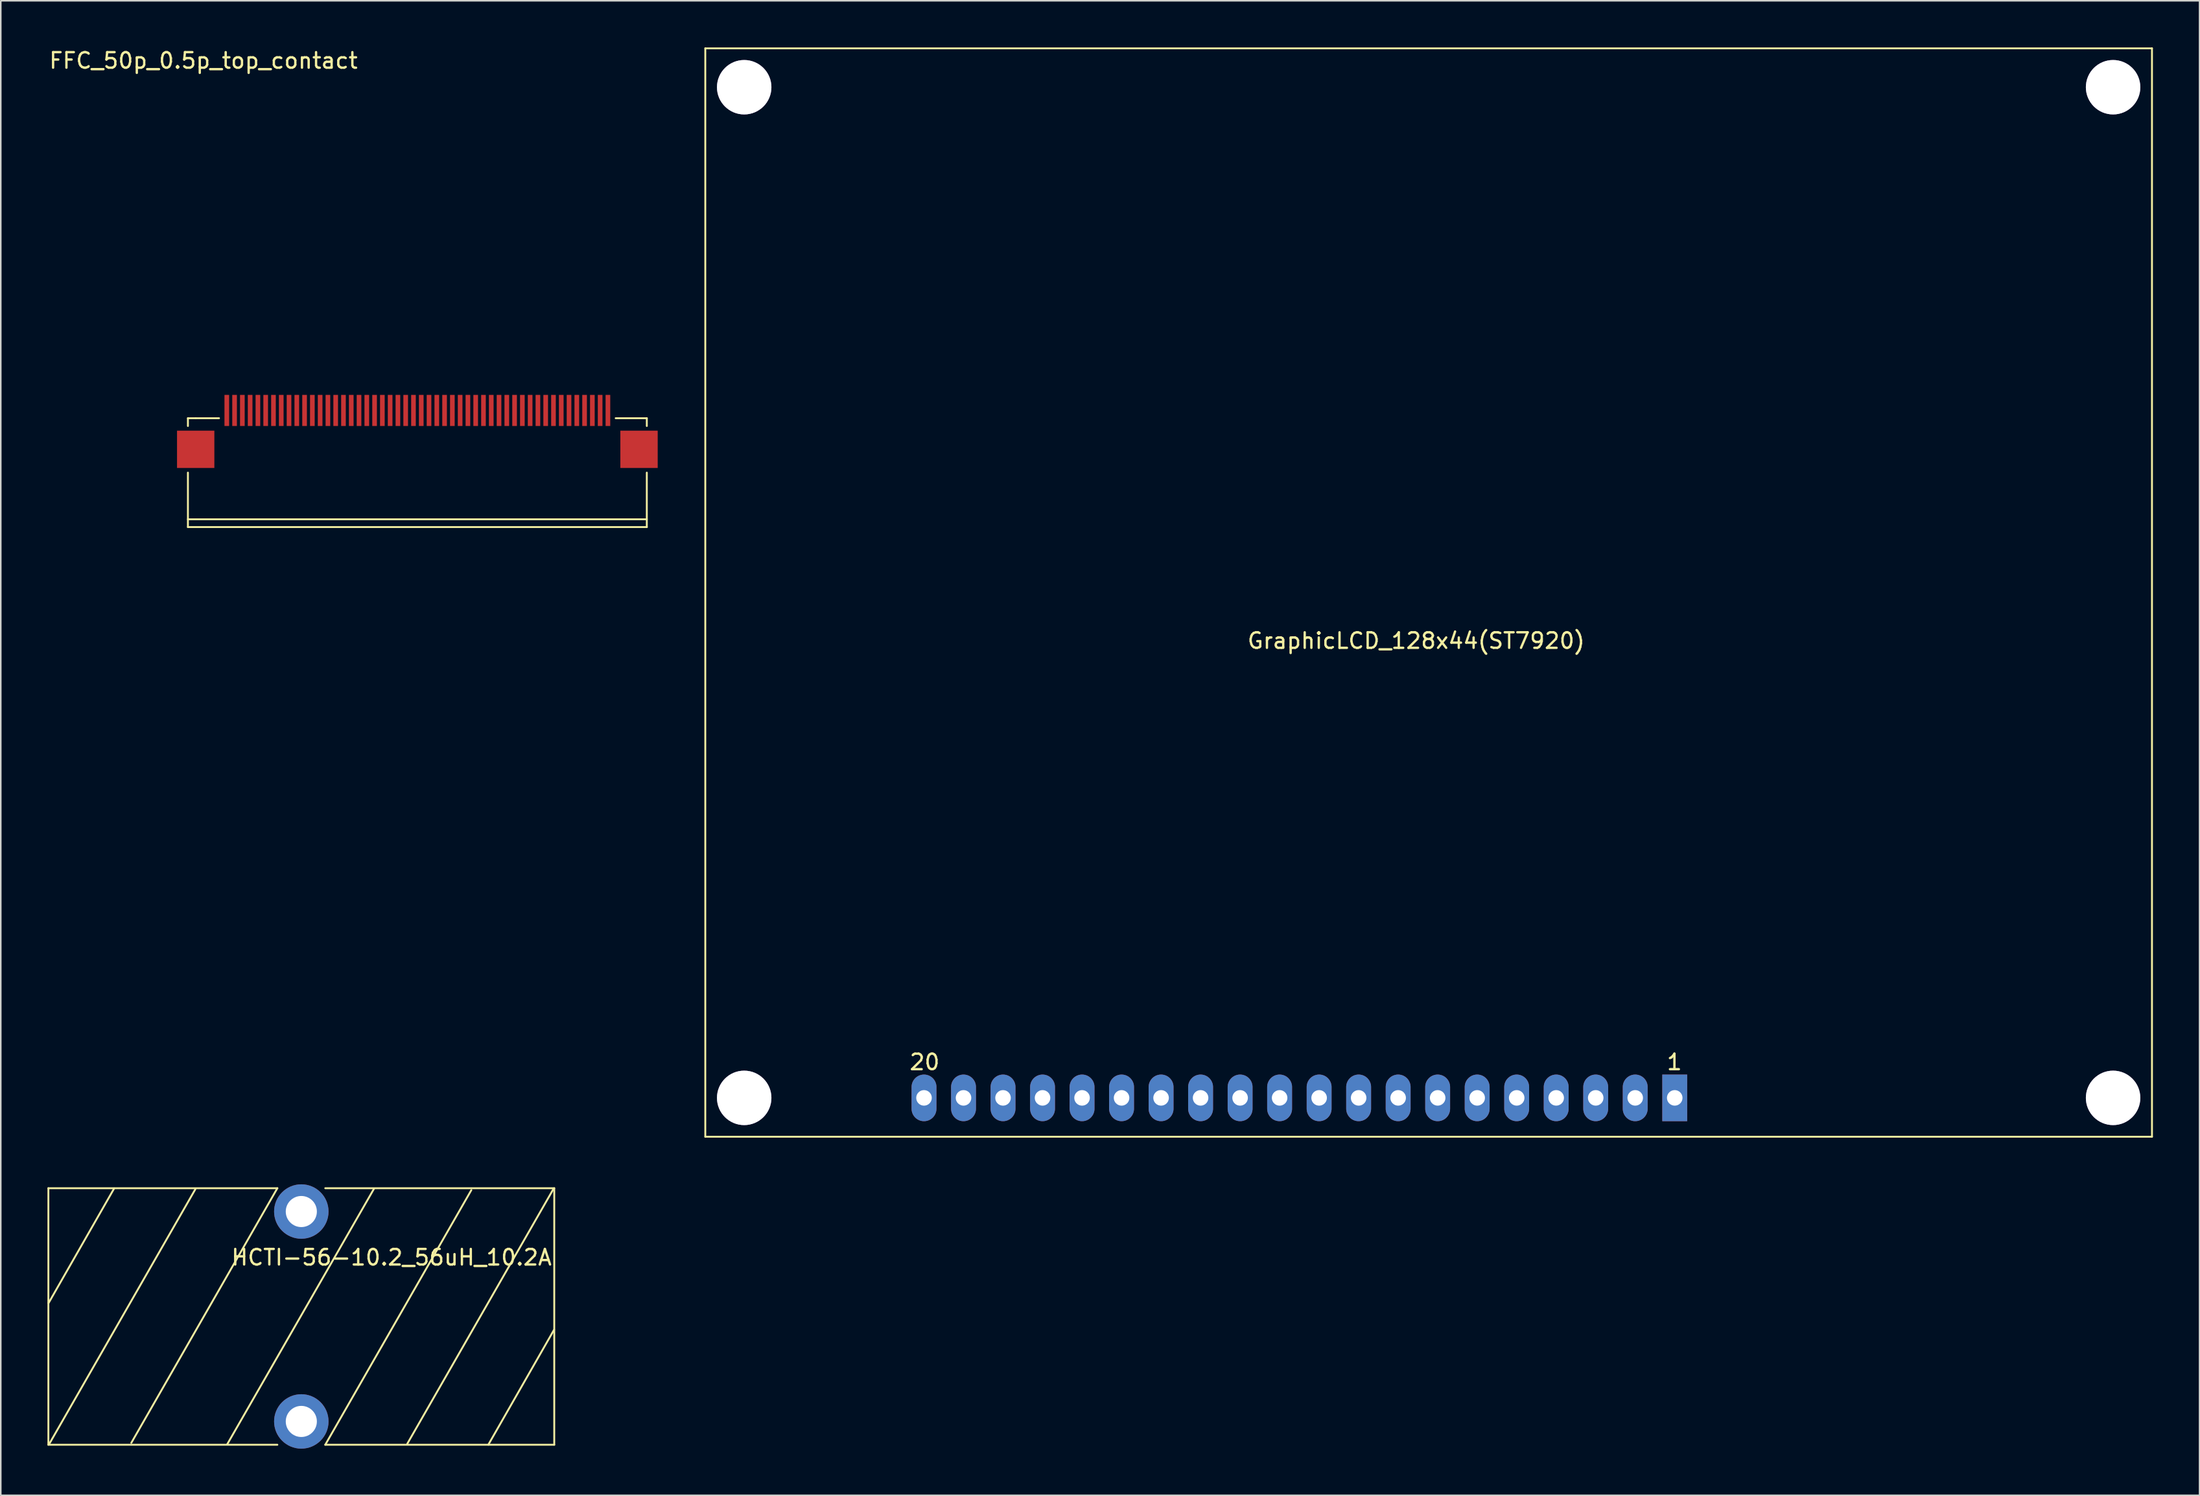
<source format=kicad_pcb>
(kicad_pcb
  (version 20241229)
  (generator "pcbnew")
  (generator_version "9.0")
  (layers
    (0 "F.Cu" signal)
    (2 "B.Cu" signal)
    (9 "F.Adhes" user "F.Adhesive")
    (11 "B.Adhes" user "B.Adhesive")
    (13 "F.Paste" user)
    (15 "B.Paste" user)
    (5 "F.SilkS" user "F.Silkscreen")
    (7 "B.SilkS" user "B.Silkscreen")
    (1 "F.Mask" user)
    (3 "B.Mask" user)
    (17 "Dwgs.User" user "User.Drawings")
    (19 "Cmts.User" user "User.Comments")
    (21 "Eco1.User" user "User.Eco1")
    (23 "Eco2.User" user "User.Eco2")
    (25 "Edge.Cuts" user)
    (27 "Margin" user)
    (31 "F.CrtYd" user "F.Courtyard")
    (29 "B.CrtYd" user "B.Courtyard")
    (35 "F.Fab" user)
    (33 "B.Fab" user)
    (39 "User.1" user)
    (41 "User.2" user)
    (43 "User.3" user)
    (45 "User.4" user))
  (footprint "HCTI-56-10.2_56uH_10.2A"
    (layer "F.Cu")
    (at 15.66 80.84)
    (property "Reference" "HCTI-56-10.2_56uH_10.2A" (at 6.46 -3.02 0) (layer "F.SilkS") (effects (font (size 1 1) (thickness 0.15))))
    (attr through_hole)
    (fp_line (start -15.6 -7.47) (end -15.6 9.03) (stroke (width 0.12) (type solid)) (layer "F.SilkS"))
    (fp_line (start -15.6 -7.47) (end -0.88 -7.47) (stroke (width 0.12) (type solid)) (layer "F.SilkS"))
    (fp_line (start -15.6 9.03) (end -0.88 9.03) (stroke (width 0.12) (type solid)) (layer "F.SilkS"))
    (fp_line (start -11.37 -7.46) (end -15.59 -0.08) (stroke (width 0.12) (type solid)) (layer "F.SilkS"))
    (fp_line (start -6.15 -7.41) (end -15.54 8.97) (stroke (width 0.12) (type solid)) (layer "F.SilkS"))
    (fp_line (start -0.88 -7.47) (end -10.27 8.91) (stroke (width 0.12) (type solid)) (layer "F.SilkS"))
    (fp_line (start 2.2 -7.47) (end 16.92 -7.47) (stroke (width 0.12) (type solid)) (layer "F.SilkS"))
    (fp_line (start 2.2 9.03) (end 16.92 9.03) (stroke (width 0.12) (type solid)) (layer "F.SilkS"))
    (fp_line (start 5.34 -7.45) (end -4.11 9.01) (stroke (width 0.12) (type solid)) (layer "F.SilkS"))
    (fp_line (start 11.59 -7.35) (end 2.2 9.03) (stroke (width 0.12) (type solid)) (layer "F.SilkS"))
    (fp_line (start 12.68 9.03) (end 16.91 1.63) (stroke (width 0.12) (type solid)) (layer "F.SilkS"))
    (fp_line (start 16.86 -7.41) (end 7.47 8.97) (stroke (width 0.12) (type solid)) (layer "F.SilkS"))
    (fp_line (start 16.92 -7.47) (end 16.92 9.03) (stroke (width 0.12) (type solid)) (layer "F.SilkS"))
    (pad "1" thru_hole circle (at 0.66 7.53 90) (size 3.5 3.5) (drill 2) (layers "*.Cu" "*.Mask"))
    (pad "2" thru_hole circle (at 0.66 -5.97 90) (size 3.5 3.5) (drill 2) (layers "*.Cu" "*.Mask")))
  (footprint "GraphicLCD_128x44(ST7920)"
    (layer "F.Cu")
    (at 88.29 35.76)
    (property "Reference" "GraphicLCD_128x44(ST7920)" (at -0.3 2.4 0) (layer "F.SilkS") (effects (font (size 1 1) (thickness 0.15))))
    (attr through_hole)
    (fp_line (start -46 -35.7) (end -46 34.3) (stroke (width 0.12) (type solid)) (layer "F.SilkS"))
    (fp_line (start -46 -35.7) (end 47 -35.7) (stroke (width 0.12) (type solid)) (layer "F.SilkS"))
    (fp_line (start -46 34.3) (end 47 34.3) (stroke (width 0.12) (type solid)) (layer "F.SilkS"))
    (fp_line (start 47 -35.7) (end 47 34.3) (stroke (width 0.12) (type solid)) (layer "F.SilkS"))
    (fp_text user "20" (at -31.9 29.5 0) (layer "F.SilkS") (effects (font (size 1 1) (thickness 0.15))))
    (fp_text user "1" (at 16.3 29.5 0) (layer "F.SilkS") (effects (font (size 1 1) (thickness 0.15))))
    (pad "" thru_hole circle (at -43.5 -33.2) (size 3.5 3.5) (drill 3.5) (layers "*.Cu" "*.Mask"))
    (pad "" thru_hole circle (at -43.5 31.8) (size 3.5 3.5) (drill 3.5) (layers "*.Cu" "*.Mask"))
    (pad "" thru_hole circle (at 44.5 -33.2) (size 3.5 3.5) (drill 3.5) (layers "*.Cu" "*.Mask"))
    (pad "" thru_hole circle (at 44.5 31.8) (size 3.5 3.5) (drill 3.5) (layers "*.Cu" "*.Mask"))
    (pad "1" thru_hole rect (at 16.32 31.8 90) (size 3 1.6) (drill 1) (layers "*.Cu" "*.Mask"))
    (pad "2" thru_hole oval (at 13.78 31.8 90) (size 3 1.6) (drill 1) (layers "*.Cu" "*.Mask"))
    (pad "3" thru_hole oval (at 11.24 31.8 90) (size 3 1.6) (drill 1) (layers "*.Cu" "*.Mask"))
    (pad "4" thru_hole oval (at 8.7 31.8 90) (size 3 1.6) (drill 1) (layers "*.Cu" "*.Mask"))
    (pad "5" thru_hole oval (at 6.16 31.8 90) (size 3 1.6) (drill 1) (layers "*.Cu" "*.Mask"))
    (pad "6" thru_hole oval (at 3.62 31.8 90) (size 3 1.6) (drill 1) (layers "*.Cu" "*.Mask"))
    (pad "7" thru_hole oval (at 1.08 31.8 90) (size 3 1.6) (drill 1) (layers "*.Cu" "*.Mask"))
    (pad "8" thru_hole oval (at -1.46 31.8 90) (size 3 1.6) (drill 1) (layers "*.Cu" "*.Mask"))
    (pad "9" thru_hole oval (at -4 31.8 90) (size 3 1.6) (drill 1) (layers "*.Cu" "*.Mask"))
    (pad "10" thru_hole oval (at -6.54 31.8 90) (size 3 1.6) (drill 1) (layers "*.Cu" "*.Mask"))
    (pad "11" thru_hole oval (at -9.08 31.8 90) (size 3 1.6) (drill 1) (layers "*.Cu" "*.Mask"))
    (pad "12" thru_hole oval (at -11.62 31.8 90) (size 3 1.6) (drill 1) (layers "*.Cu" "*.Mask"))
    (pad "13" thru_hole oval (at -14.16 31.8 90) (size 3 1.6) (drill 1) (layers "*.Cu" "*.Mask"))
    (pad "14" thru_hole oval (at -16.7 31.8 90) (size 3 1.6) (drill 1) (layers "*.Cu" "*.Mask"))
    (pad "15" thru_hole oval (at -19.24 31.8 90) (size 3 1.6) (drill 1) (layers "*.Cu" "*.Mask"))
    (pad "16" thru_hole oval (at -21.78 31.8 90) (size 3 1.6) (drill 1) (layers "*.Cu" "*.Mask"))
    (pad "17" thru_hole oval (at -24.32 31.8 90) (size 3 1.6) (drill 1) (layers "*.Cu" "*.Mask"))
    (pad "18" thru_hole oval (at -26.86 31.8 90) (size 3 1.6) (drill 1) (layers "*.Cu" "*.Mask"))
    (pad "19" thru_hole oval (at -29.4 31.8 90) (size 3 1.6) (drill 1) (layers "*.Cu" "*.Mask"))
    (pad "20" thru_hole oval (at -31.94 31.8 90) (size 3 1.6) (drill 1) (layers "*.Cu" "*.Mask")))
  (footprint "FFC_50p_0.5p_top_contact"
    (layer "F.Cu")
    (at 10.03 0.348)
    (property "Reference" "FFC_50p_0.5p_top_contact" (at 0 0.5 0) (layer "F.SilkS") (effects (font (size 1 1) (thickness 0.15))))
    (attr through_hole)
    (fp_line (start -1 23.5) (end -1 24) (stroke (width 0.12) (type solid)) (layer "F.SilkS"))
    (fp_line (start -1 30) (end 28.5 30) (stroke (width 0.12) (type solid)) (layer "F.SilkS"))
    (fp_line (start -1 30.5) (end -1 27) (stroke (width 0.12) (type solid)) (layer "F.SilkS"))
    (fp_line (start -1 30.5) (end 28.5 30.5) (stroke (width 0.12) (type solid)) (layer "F.SilkS"))
    (fp_line (start -0.5 23.5) (end -1 23.5) (stroke (width 0.12) (type solid)) (layer "F.SilkS"))
    (fp_line (start 1 23.5) (end -0.5 23.5) (stroke (width 0.12) (type solid)) (layer "F.SilkS"))
    (fp_line (start 26.5 23.5) (end 28.5 23.5) (stroke (width 0.12) (type solid)) (layer "F.SilkS"))
    (fp_line (start 28.5 23.5) (end 28.5 24) (stroke (width 0.12) (type solid)) (layer "F.SilkS"))
    (fp_line (start 28.5 30.5) (end 28.5 27) (stroke (width 0.12) (type solid)) (layer "F.SilkS"))
    (pad "" smd rect (at -0.5 25.5) (size 2.4 2.4) (layers "F.Cu" "F.Mask" "F.Paste"))
    (pad "" smd rect (at 28 25.5) (size 2.4 2.4) (layers "F.Cu" "F.Mask" "F.Paste"))
    (pad "1" smd rect (at 1.5 23) (size 0.3 2) (layers "F.Cu" "F.Mask" "F.Paste"))
    (pad "2" smd rect (at 2 23) (size 0.3 2) (layers "F.Cu" "F.Mask" "F.Paste"))
    (pad "3" smd rect (at 2.5 23) (size 0.3 2) (layers "F.Cu" "F.Mask" "F.Paste"))
    (pad "4" smd rect (at 3 23) (size 0.3 2) (layers "F.Cu" "F.Mask" "F.Paste"))
    (pad "5" smd rect (at 3.5 23) (size 0.3 2) (layers "F.Cu" "F.Mask" "F.Paste"))
    (pad "6" smd rect (at 4 23) (size 0.3 2) (layers "F.Cu" "F.Mask" "F.Paste"))
    (pad "7" smd rect (at 4.5 23) (size 0.3 2) (layers "F.Cu" "F.Mask" "F.Paste"))
    (pad "8" smd rect (at 5 23) (size 0.3 2) (layers "F.Cu" "F.Mask" "F.Paste"))
    (pad "9" smd rect (at 5.5 23) (size 0.3 2) (layers "F.Cu" "F.Mask" "F.Paste"))
    (pad "10" smd rect (at 6 23) (size 0.3 2) (layers "F.Cu" "F.Mask" "F.Paste"))
    (pad "11" smd rect (at 6.5 23) (size 0.3 2) (layers "F.Cu" "F.Mask" "F.Paste"))
    (pad "12" smd rect (at 7 23) (size 0.3 2) (layers "F.Cu" "F.Mask" "F.Paste"))
    (pad "13" smd rect (at 7.5 23) (size 0.3 2) (layers "F.Cu" "F.Mask" "F.Paste"))
    (pad "14" smd rect (at 8 23) (size 0.3 2) (layers "F.Cu" "F.Mask" "F.Paste"))
    (pad "15" smd rect (at 8.5 23) (size 0.3 2) (layers "F.Cu" "F.Mask" "F.Paste"))
    (pad "16" smd rect (at 9 23) (size 0.3 2) (layers "F.Cu" "F.Mask" "F.Paste"))
    (pad "17" smd rect (at 9.5 23) (size 0.3 2) (layers "F.Cu" "F.Mask" "F.Paste"))
    (pad "18" smd rect (at 10 23) (size 0.3 2) (layers "F.Cu" "F.Mask" "F.Paste"))
    (pad "19" smd rect (at 10.5 23) (size 0.3 2) (layers "F.Cu" "F.Mask" "F.Paste"))
    (pad "20" smd rect (at 11 23) (size 0.3 2) (layers "F.Cu" "F.Mask" "F.Paste"))
    (pad "21" smd rect (at 11.5 23) (size 0.3 2) (layers "F.Cu" "F.Mask" "F.Paste"))
    (pad "22" smd rect (at 12 23) (size 0.3 2) (layers "F.Cu" "F.Mask" "F.Paste"))
    (pad "23" smd rect (at 12.5 23) (size 0.3 2) (layers "F.Cu" "F.Mask" "F.Paste"))
    (pad "24" smd rect (at 13 23) (size 0.3 2) (layers "F.Cu" "F.Mask" "F.Paste"))
    (pad "25" smd rect (at 13.5 23) (size 0.3 2) (layers "F.Cu" "F.Mask" "F.Paste"))
    (pad "26" smd rect (at 14 23) (size 0.3 2) (layers "F.Cu" "F.Mask" "F.Paste"))
    (pad "27" smd rect (at 14.5 23) (size 0.3 2) (layers "F.Cu" "F.Mask" "F.Paste"))
    (pad "28" smd rect (at 15 23) (size 0.3 2) (layers "F.Cu" "F.Mask" "F.Paste"))
    (pad "29" smd rect (at 15.5 23) (size 0.3 2) (layers "F.Cu" "F.Mask" "F.Paste"))
    (pad "30" smd rect (at 16 23) (size 0.3 2) (layers "F.Cu" "F.Mask" "F.Paste"))
    (pad "31" smd rect (at 16.5 23) (size 0.3 2) (layers "F.Cu" "F.Mask" "F.Paste"))
    (pad "32" smd rect (at 17 23) (size 0.3 2) (layers "F.Cu" "F.Mask" "F.Paste"))
    (pad "33" smd rect (at 17.5 23) (size 0.3 2) (layers "F.Cu" "F.Mask" "F.Paste"))
    (pad "34" smd rect (at 18 23) (size 0.3 2) (layers "F.Cu" "F.Mask" "F.Paste"))
    (pad "35" smd rect (at 18.5 23) (size 0.3 2) (layers "F.Cu" "F.Mask" "F.Paste"))
    (pad "36" smd rect (at 19 23) (size 0.3 2) (layers "F.Cu" "F.Mask" "F.Paste"))
    (pad "37" smd rect (at 19.5 23) (size 0.3 2) (layers "F.Cu" "F.Mask" "F.Paste"))
    (pad "38" smd rect (at 20 23) (size 0.3 2) (layers "F.Cu" "F.Mask" "F.Paste"))
    (pad "39" smd rect (at 20.5 23) (size 0.3 2) (layers "F.Cu" "F.Mask" "F.Paste"))
    (pad "40" smd rect (at 21 23) (size 0.3 2) (layers "F.Cu" "F.Mask" "F.Paste"))
    (pad "41" smd rect (at 21.5 23) (size 0.3 2) (layers "F.Cu" "F.Mask" "F.Paste"))
    (pad "42" smd rect (at 22 23) (size 0.3 2) (layers "F.Cu" "F.Mask" "F.Paste"))
    (pad "43" smd rect (at 22.5 23) (size 0.3 2) (layers "F.Cu" "F.Mask" "F.Paste"))
    (pad "44" smd rect (at 23 23) (size 0.3 2) (layers "F.Cu" "F.Mask" "F.Paste"))
    (pad "45" smd rect (at 23.5 23) (size 0.3 2) (layers "F.Cu" "F.Mask" "F.Paste"))
    (pad "46" smd rect (at 24 23) (size 0.3 2) (layers "F.Cu" "F.Mask" "F.Paste"))
    (pad "47" smd rect (at 24.5 23) (size 0.3 2) (layers "F.Cu" "F.Mask" "F.Paste"))
    (pad "48" smd rect (at 25 23) (size 0.3 2) (layers "F.Cu" "F.Mask" "F.Paste"))
    (pad "49" smd rect (at 25.5 23) (size 0.3 2) (layers "F.Cu" "F.Mask" "F.Paste"))
    (pad "50" smd rect (at 26 23) (size 0.3 2) (layers "F.Cu" "F.Mask" "F.Paste")))
  (gr_rect
    (start -3 -3)
    (end 138.35 93.12)
    (stroke (width 0.1) (type default))
    (fill no)
    (layer "Edge.Cuts")))
</source>
